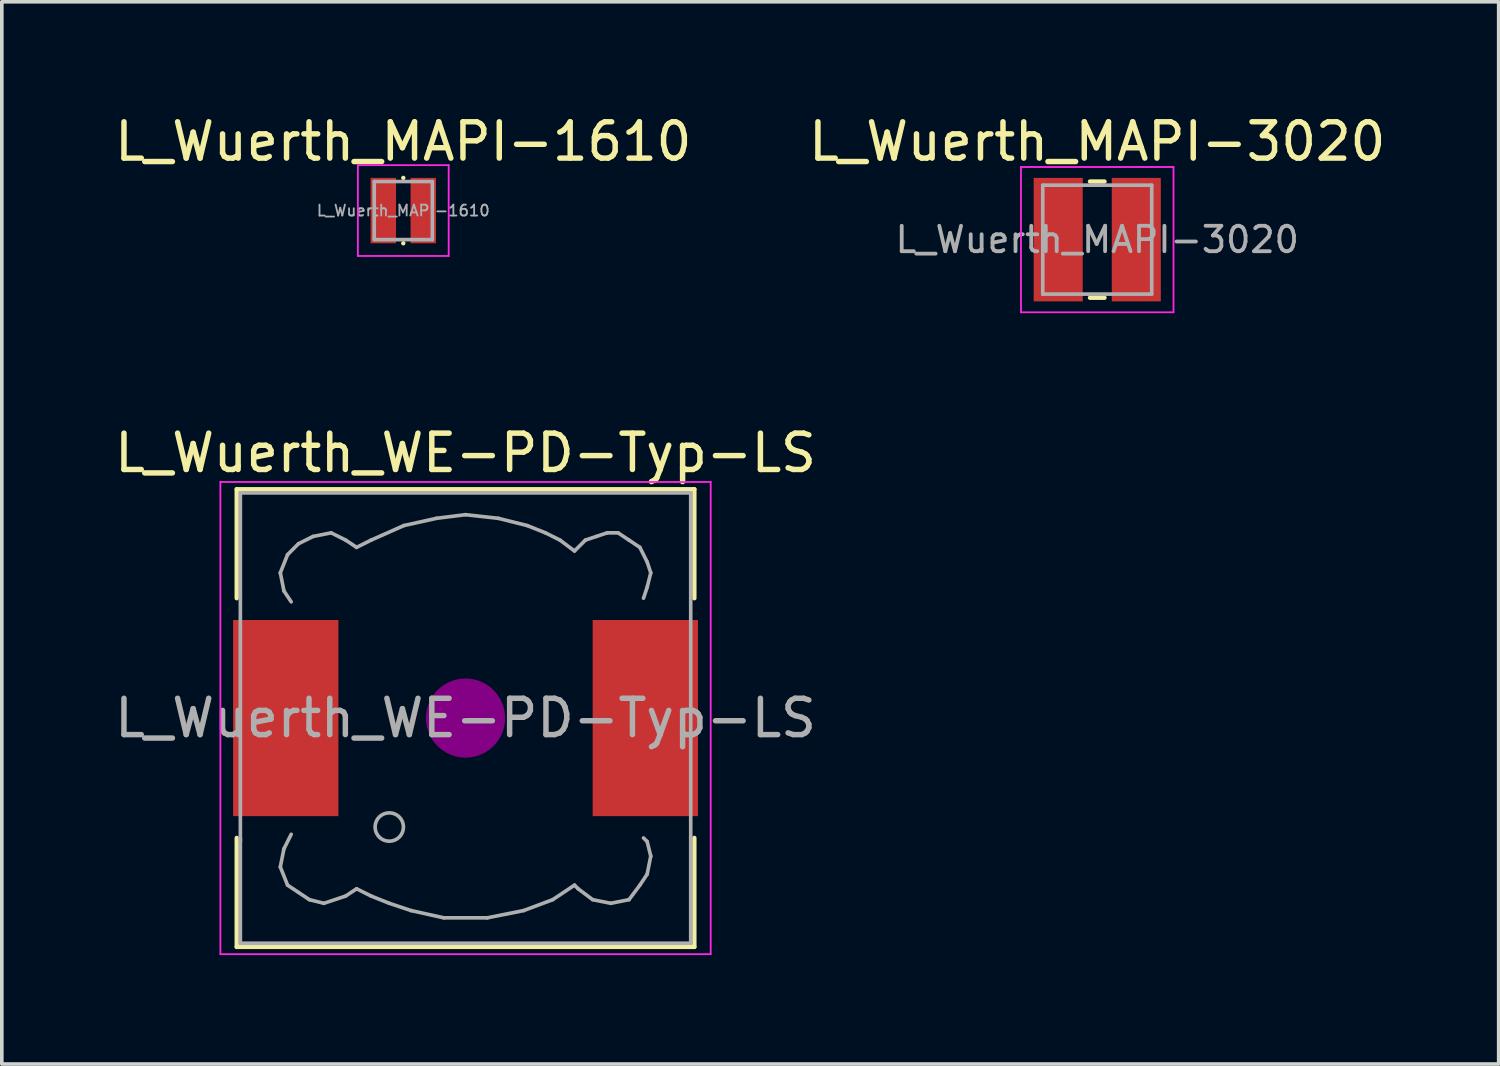
<source format=kicad_pcb>
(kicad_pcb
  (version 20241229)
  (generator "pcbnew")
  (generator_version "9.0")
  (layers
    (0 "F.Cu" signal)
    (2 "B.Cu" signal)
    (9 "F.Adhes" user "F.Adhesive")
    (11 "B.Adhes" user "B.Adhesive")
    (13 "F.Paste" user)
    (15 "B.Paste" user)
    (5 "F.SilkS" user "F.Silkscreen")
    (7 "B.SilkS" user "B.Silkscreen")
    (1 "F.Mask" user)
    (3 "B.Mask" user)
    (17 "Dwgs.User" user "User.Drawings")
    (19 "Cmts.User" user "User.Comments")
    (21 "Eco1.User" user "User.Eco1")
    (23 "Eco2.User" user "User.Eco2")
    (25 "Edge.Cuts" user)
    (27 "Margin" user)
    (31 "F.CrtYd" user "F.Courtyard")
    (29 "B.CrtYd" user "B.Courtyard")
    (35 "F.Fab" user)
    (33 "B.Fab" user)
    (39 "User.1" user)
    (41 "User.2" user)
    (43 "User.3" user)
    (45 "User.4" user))
  (footprint "L_Wuerth_MAPI-1610"
    (layer "F.Cu")
    (at 8.054 2.748)
    (property "Reference" "L_Wuerth_MAPI-1610" (at 0 -1.9 0) (layer "F.SilkS") (effects (font (size 1 1) (thickness 0.15))))
    (attr smd)
    (fp_line (start 0 -0.9) (end 0 -0.9) (stroke (width 0.12) (type solid)) (layer "F.SilkS"))
    (fp_line (start 0 0.9) (end 0 0.9) (stroke (width 0.12) (type solid)) (layer "F.SilkS"))
    (fp_line (start -1.25 -1.25) (end -1.25 1.25) (stroke (width 0.05) (type solid)) (layer "F.CrtYd"))
    (fp_line (start -1.25 1.25) (end 1.25 1.25) (stroke (width 0.05) (type solid)) (layer "F.CrtYd"))
    (fp_line (start 1.25 -1.25) (end -1.25 -1.25) (stroke (width 0.05) (type solid)) (layer "F.CrtYd"))
    (fp_line (start 1.25 1.25) (end 1.25 -1.25) (stroke (width 0.05) (type solid)) (layer "F.CrtYd"))
    (fp_line (start -0.8 -0.8) (end -0.8 0.8) (stroke (width 0.1) (type solid)) (layer "F.Fab"))
    (fp_line (start -0.8 0.8) (end 0.8 0.8) (stroke (width 0.1) (type solid)) (layer "F.Fab"))
    (fp_line (start 0.8 -0.8) (end -0.8 -0.8) (stroke (width 0.1) (type solid)) (layer "F.Fab"))
    (fp_line (start 0.8 0.8) (end 0.8 -0.8) (stroke (width 0.1) (type solid)) (layer "F.Fab"))
    (fp_text user "${REFERENCE}" (at 0 0 0) (layer "F.Fab") (effects (font (size 0.3 0.3) (thickness 0.05))))
    (pad "1" smd rect (at -0.55 0) (size 0.7 1.8) (layers "F.Cu" "F.Mask" "F.Paste"))
    (pad "2" smd rect (at 0.55 0) (size 0.7 1.8) (layers "F.Cu" "F.Mask" "F.Paste")))
  (footprint "L_Wuerth_MAPI-3020"
    (layer "F.Cu")
    (at 27.161 3.548)
    (property "Reference" "L_Wuerth_MAPI-3020" (at 0 -2.7 0) (layer "F.SilkS") (effects (font (size 1 1) (thickness 0.15))))
    (attr smd)
    (fp_line (start -0.2 -1.6) (end 0.2 -1.6) (stroke (width 0.12) (type solid)) (layer "F.SilkS"))
    (fp_line (start -0.2 1.6) (end 0.2 1.6) (stroke (width 0.12) (type solid)) (layer "F.SilkS"))
    (fp_line (start -2.1 -2) (end -2.1 2) (stroke (width 0.05) (type solid)) (layer "F.CrtYd"))
    (fp_line (start -2.1 2) (end 2.1 2) (stroke (width 0.05) (type solid)) (layer "F.CrtYd"))
    (fp_line (start 2.1 -2) (end -2.1 -2) (stroke (width 0.05) (type solid)) (layer "F.CrtYd"))
    (fp_line (start 2.1 2) (end 2.1 -2) (stroke (width 0.05) (type solid)) (layer "F.CrtYd"))
    (fp_line (start -1.5 -1.5) (end -1.5 1.5) (stroke (width 0.1) (type solid)) (layer "F.Fab"))
    (fp_line (start -1.5 1.5) (end 1.5 1.5) (stroke (width 0.1) (type solid)) (layer "F.Fab"))
    (fp_line (start 1.5 -1.5) (end -1.5 -1.5) (stroke (width 0.1) (type solid)) (layer "F.Fab"))
    (fp_line (start 1.5 1.5) (end 1.5 -1.5) (stroke (width 0.1) (type solid)) (layer "F.Fab"))
    (fp_text user "${REFERENCE}" (at 0 0 0) (layer "F.Fab") (effects (font (size 0.7 0.7) (thickness 0.105))))
    (pad "1" smd rect (at -1.075 0) (size 1.35 3.4) (layers "F.Cu" "F.Mask" "F.Paste"))
    (pad "2" smd rect (at 1.075 0) (size 1.35 3.4) (layers "F.Cu" "F.Mask" "F.Paste")))
  (footprint "L_Wuerth_WE-PD-Typ-LS"
    (layer "F.Cu")
    (at 9.768 16.721)
    (property "Reference" "L_Wuerth_WE-PD-Typ-LS" (at 0 -7.3 0) (layer "F.SilkS") (effects (font (size 1 1) (thickness 0.15))))
    (attr smd)
    (fp_line (start -6.3 -6.3) (end 6.3 -6.3) (stroke (width 0.12) (type solid)) (layer "F.SilkS"))
    (fp_line (start -6.3 -3.3) (end -6.3 -6.3) (stroke (width 0.12) (type solid)) (layer "F.SilkS"))
    (fp_line (start -6.3 6.3) (end -6.3 3.3) (stroke (width 0.12) (type solid)) (layer "F.SilkS"))
    (fp_line (start 6.3 -6.3) (end 6.3 -3.3) (stroke (width 0.12) (type solid)) (layer "F.SilkS"))
    (fp_line (start 6.3 3.3) (end 6.3 6.3) (stroke (width 0.12) (type solid)) (layer "F.SilkS"))
    (fp_line (start 6.3 6.3) (end -6.3 6.3) (stroke (width 0.12) (type solid)) (layer "F.SilkS"))
    (fp_circle (center 0 0) (end 0.15 0.15) (stroke (width 0.38) (type solid)) (fill no) (layer "F.Adhes"))
    (fp_circle (center 0 0) (end 0.55 0) (stroke (width 0.38) (type solid)) (fill no) (layer "F.Adhes"))
    (fp_circle (center 0 0) (end 0.9 0) (stroke (width 0.38) (type solid)) (fill no) (layer "F.Adhes"))
    (fp_line (start -6.75 -6.5) (end 6.75 -6.5) (stroke (width 0.05) (type solid)) (layer "F.CrtYd"))
    (fp_line (start -6.75 6.5) (end -6.75 -6.5) (stroke (width 0.05) (type solid)) (layer "F.CrtYd"))
    (fp_line (start 6.75 -6.5) (end 6.75 6.5) (stroke (width 0.05) (type solid)) (layer "F.CrtYd"))
    (fp_line (start 6.75 6.5) (end -6.75 6.5) (stroke (width 0.05) (type solid)) (layer "F.CrtYd"))
    (fp_line (start -6.2 -6.2) (end -6.2 -3.3) (stroke (width 0.1) (type solid)) (layer "F.Fab"))
    (fp_line (start -6.2 -3.3) (end -6.2 3.4) (stroke (width 0.1) (type solid)) (layer "F.Fab"))
    (fp_line (start -6.2 3.3) (end -6.2 6.2) (stroke (width 0.1) (type solid)) (layer "F.Fab"))
    (fp_line (start -6.2 6.2) (end 6.2 6.2) (stroke (width 0.1) (type solid)) (layer "F.Fab"))
    (fp_line (start -5.1 -4) (end -5 -3.5) (stroke (width 0.1) (type solid)) (layer "F.Fab"))
    (fp_line (start -5.1 4.1) (end -5 3.6) (stroke (width 0.1) (type solid)) (layer "F.Fab"))
    (fp_line (start -5 -3.5) (end -4.8 -3.2) (stroke (width 0.1) (type solid)) (layer "F.Fab"))
    (fp_line (start -5 3.6) (end -4.8 3.2) (stroke (width 0.1) (type solid)) (layer "F.Fab"))
    (fp_line (start -4.9 -4.5) (end -5.1 -4) (stroke (width 0.1) (type solid)) (layer "F.Fab"))
    (fp_line (start -4.9 4.6) (end -5.1 4.1) (stroke (width 0.1) (type solid)) (layer "F.Fab"))
    (fp_line (start -4.6 -4.8) (end -4.9 -4.5) (stroke (width 0.1) (type solid)) (layer "F.Fab"))
    (fp_line (start -4.6 4.8) (end -4.9 4.6) (stroke (width 0.1) (type solid)) (layer "F.Fab"))
    (fp_line (start -4.3 5) (end -4.6 4.8) (stroke (width 0.1) (type solid)) (layer "F.Fab"))
    (fp_line (start -4.2 -5) (end -4.6 -4.8) (stroke (width 0.1) (type solid)) (layer "F.Fab"))
    (fp_line (start -3.9 5.1) (end -4.3 5) (stroke (width 0.1) (type solid)) (layer "F.Fab"))
    (fp_line (start -3.7 -5.1) (end -4.2 -5) (stroke (width 0.1) (type solid)) (layer "F.Fab"))
    (fp_line (start -3.3 -4.9) (end -3.7 -5.1) (stroke (width 0.1) (type solid)) (layer "F.Fab"))
    (fp_line (start -3.3 4.9) (end -3.9 5.1) (stroke (width 0.1) (type solid)) (layer "F.Fab"))
    (fp_line (start -3 -4.7) (end -3.3 -4.9) (stroke (width 0.1) (type solid)) (layer "F.Fab"))
    (fp_line (start -3 4.7) (end -3.3 4.9) (stroke (width 0.1) (type solid)) (layer "F.Fab"))
    (fp_line (start -2.6 -4.9) (end -3 -4.7) (stroke (width 0.1) (type solid)) (layer "F.Fab"))
    (fp_line (start -2.6 4.9) (end -3 4.7) (stroke (width 0.1) (type solid)) (layer "F.Fab"))
    (fp_line (start -2.1 5.1) (end -2.6 4.9) (stroke (width 0.1) (type solid)) (layer "F.Fab"))
    (fp_line (start -1.7 -5.3) (end -2.6 -4.9) (stroke (width 0.1) (type solid)) (layer "F.Fab"))
    (fp_line (start -1.5 5.3) (end -2.1 5.1) (stroke (width 0.1) (type solid)) (layer "F.Fab"))
    (fp_line (start -0.8 -5.5) (end -1.7 -5.3) (stroke (width 0.1) (type solid)) (layer "F.Fab"))
    (fp_line (start -0.6 5.5) (end -1.5 5.3) (stroke (width 0.1) (type solid)) (layer "F.Fab"))
    (fp_line (start 0 -5.6) (end -0.8 -5.5) (stroke (width 0.1) (type solid)) (layer "F.Fab"))
    (fp_line (start 0.6 5.5) (end -0.6 5.5) (stroke (width 0.1) (type solid)) (layer "F.Fab"))
    (fp_line (start 0.9 -5.5) (end 0 -5.6) (stroke (width 0.1) (type solid)) (layer "F.Fab"))
    (fp_line (start 1.6 5.3) (end 0.6 5.5) (stroke (width 0.1) (type solid)) (layer "F.Fab"))
    (fp_line (start 1.7 -5.3) (end 0.9 -5.5) (stroke (width 0.1) (type solid)) (layer "F.Fab"))
    (fp_line (start 2.2 -5.1) (end 1.7 -5.3) (stroke (width 0.1) (type solid)) (layer "F.Fab"))
    (fp_line (start 2.4 5) (end 1.6 5.3) (stroke (width 0.1) (type solid)) (layer "F.Fab"))
    (fp_line (start 2.6 -4.9) (end 2.2 -5.1) (stroke (width 0.1) (type solid)) (layer "F.Fab"))
    (fp_line (start 3 -4.6) (end 2.6 -4.9) (stroke (width 0.1) (type solid)) (layer "F.Fab"))
    (fp_line (start 3 4.6) (end 2.4 5) (stroke (width 0.1) (type solid)) (layer "F.Fab"))
    (fp_line (start 3.1 4.7) (end 3 4.6) (stroke (width 0.1) (type solid)) (layer "F.Fab"))
    (fp_line (start 3.3 -4.9) (end 3 -4.6) (stroke (width 0.1) (type solid)) (layer "F.Fab"))
    (fp_line (start 3.5 5) (end 3.1 4.7) (stroke (width 0.1) (type solid)) (layer "F.Fab"))
    (fp_line (start 3.6 -5) (end 3.3 -4.9) (stroke (width 0.1) (type solid)) (layer "F.Fab"))
    (fp_line (start 3.9 -5.1) (end 3.6 -5) (stroke (width 0.1) (type solid)) (layer "F.Fab"))
    (fp_line (start 4 5.1) (end 3.5 5) (stroke (width 0.1) (type solid)) (layer "F.Fab"))
    (fp_line (start 4.2 -5.1) (end 3.9 -5.1) (stroke (width 0.1) (type solid)) (layer "F.Fab"))
    (fp_line (start 4.5 -4.9) (end 4.2 -5.1) (stroke (width 0.1) (type solid)) (layer "F.Fab"))
    (fp_line (start 4.5 5) (end 4 5.1) (stroke (width 0.1) (type solid)) (layer "F.Fab"))
    (fp_line (start 4.8 -4.7) (end 4.5 -4.9) (stroke (width 0.1) (type solid)) (layer "F.Fab"))
    (fp_line (start 4.8 4.6) (end 4.5 5) (stroke (width 0.1) (type solid)) (layer "F.Fab"))
    (fp_line (start 4.9 -3.3) (end 5 -3.6) (stroke (width 0.1) (type solid)) (layer "F.Fab"))
    (fp_line (start 4.9 3.3) (end 5 3.4) (stroke (width 0.1) (type solid)) (layer "F.Fab"))
    (fp_line (start 5 -4.3) (end 4.8 -4.7) (stroke (width 0.1) (type solid)) (layer "F.Fab"))
    (fp_line (start 5 -3.6) (end 5.1 -4) (stroke (width 0.1) (type solid)) (layer "F.Fab"))
    (fp_line (start 5 3.4) (end 5.1 3.8) (stroke (width 0.1) (type solid)) (layer "F.Fab"))
    (fp_line (start 5 4.3) (end 4.8 4.6) (stroke (width 0.1) (type solid)) (layer "F.Fab"))
    (fp_line (start 5.1 -4) (end 5 -4.3) (stroke (width 0.1) (type solid)) (layer "F.Fab"))
    (fp_line (start 5.1 3.8) (end 5 4.3) (stroke (width 0.1) (type solid)) (layer "F.Fab"))
    (fp_line (start 6.2 -6.2) (end -6.2 -6.2) (stroke (width 0.1) (type solid)) (layer "F.Fab"))
    (fp_line (start 6.2 -6.2) (end 6.2 -3.3) (stroke (width 0.1) (type solid)) (layer "F.Fab"))
    (fp_line (start 6.2 3.3) (end 6.2 -3.3) (stroke (width 0.1) (type solid)) (layer "F.Fab"))
    (fp_line (start 6.2 6.2) (end 6.2 3.3) (stroke (width 0.1) (type solid)) (layer "F.Fab"))
    (fp_circle (center -2.1 3) (end -1.8 3.25) (stroke (width 0.1) (type solid)) (fill no) (layer "F.Fab"))
    (fp_text user "${REFERENCE}" (at 0 0 0) (layer "F.Fab") (effects (font (size 1 1) (thickness 0.15))))
    (pad "1" smd rect (at -4.95 0) (size 2.9 5.4) (layers "F.Cu" "F.Mask" "F.Paste"))
    (pad "2" smd rect (at 4.95 0) (size 2.9 5.4) (layers "F.Cu" "F.Mask" "F.Paste")))
  (gr_rect
    (start -3 -3)
    (end 38.214 26.247)
    (stroke (width 0.1) (type default))
    (fill no)
    (layer "Edge.Cuts")))
</source>
